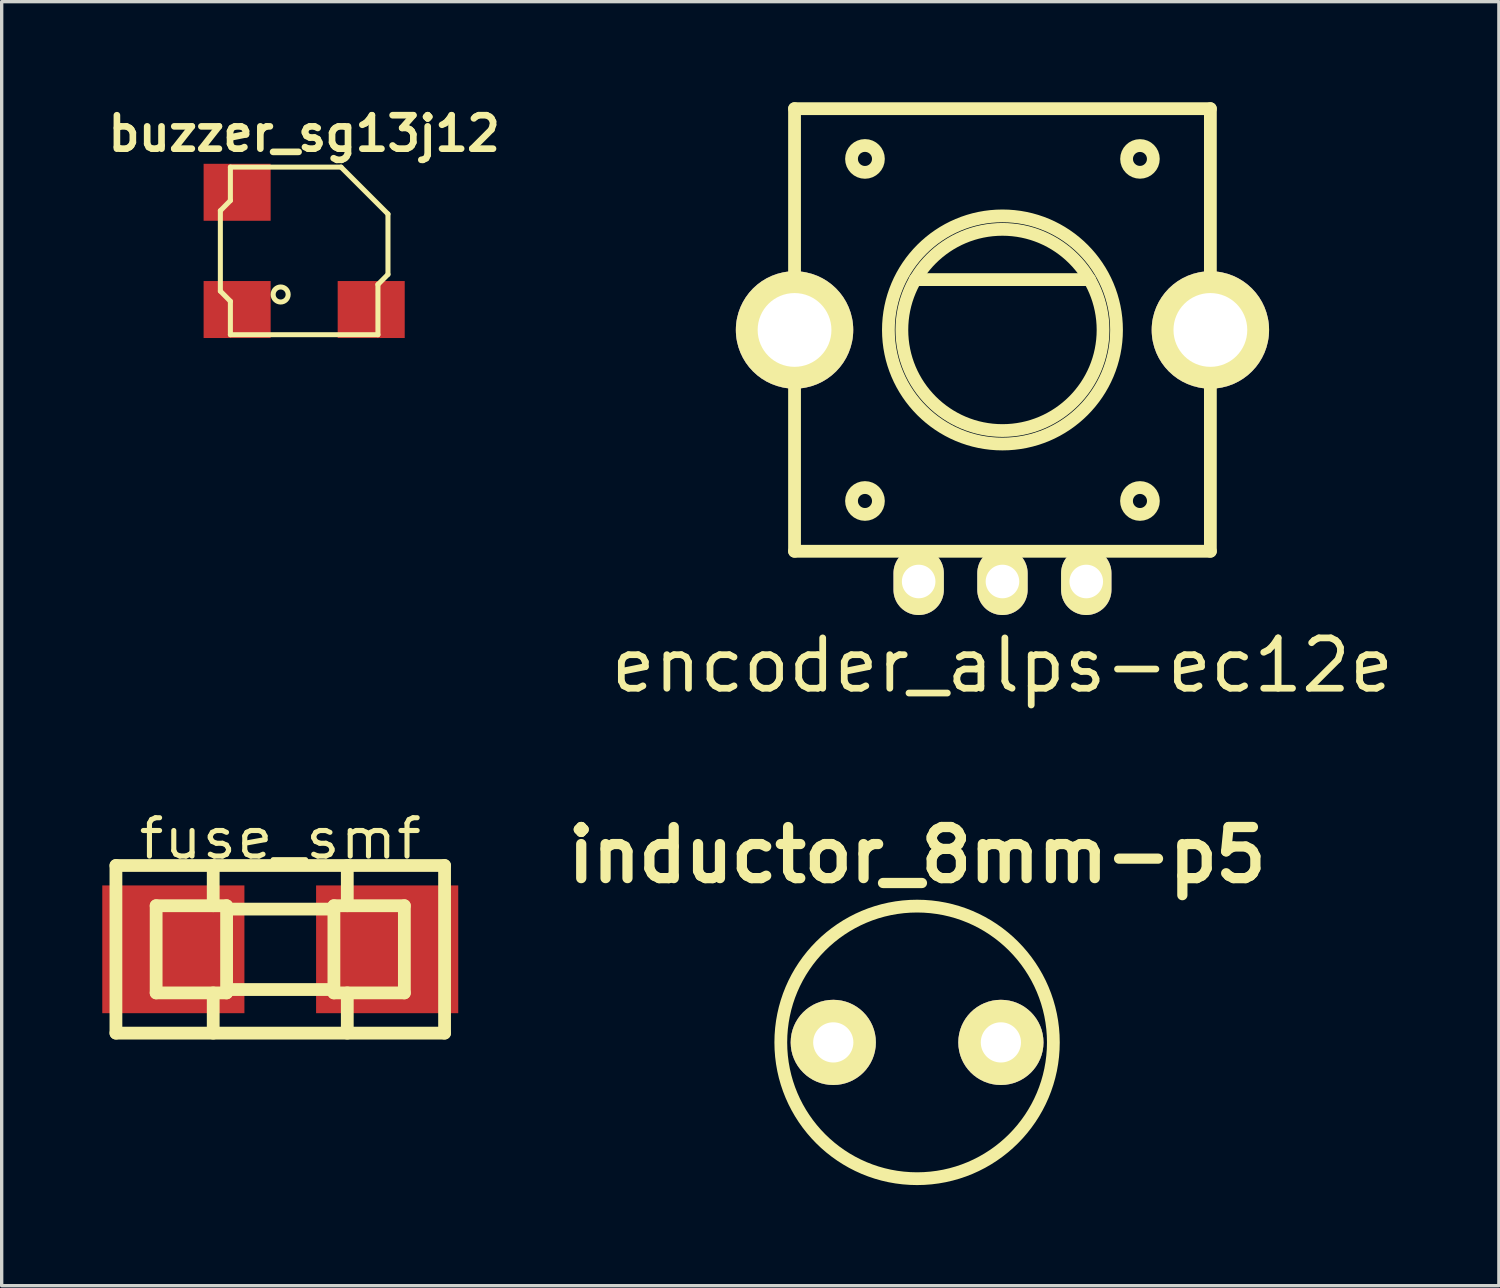
<source format=kicad_pcb>
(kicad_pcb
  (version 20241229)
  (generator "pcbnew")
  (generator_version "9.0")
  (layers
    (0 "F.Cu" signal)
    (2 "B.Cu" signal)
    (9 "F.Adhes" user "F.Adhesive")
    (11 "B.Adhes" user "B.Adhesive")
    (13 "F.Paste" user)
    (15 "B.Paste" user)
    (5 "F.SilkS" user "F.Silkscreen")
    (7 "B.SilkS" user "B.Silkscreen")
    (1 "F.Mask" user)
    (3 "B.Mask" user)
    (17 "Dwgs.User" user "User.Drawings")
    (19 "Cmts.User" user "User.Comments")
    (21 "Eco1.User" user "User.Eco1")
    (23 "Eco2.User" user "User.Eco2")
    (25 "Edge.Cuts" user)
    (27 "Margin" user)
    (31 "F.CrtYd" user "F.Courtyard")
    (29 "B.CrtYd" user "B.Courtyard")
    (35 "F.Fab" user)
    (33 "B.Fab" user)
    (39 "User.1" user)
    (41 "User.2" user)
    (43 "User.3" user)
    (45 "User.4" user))
  (footprint "inductor_8mm-p5"
    (layer "F.Cu")
    (at 24.297 28.034)
    (property "Reference" "inductor_8mm-p5" (at 0 -5.588 0) (layer "F.SilkS") (effects (font (size 1.524 1.524) (thickness 0.305))))
    (attr through_hole)
    (fp_circle (center 0 0) (end -4.064 0) (stroke (width 0.381) (type solid)) (fill no) (layer "F.SilkS"))
    (pad "1" thru_hole circle (at 2.499 0) (size 2.54 2.54) (drill 1.199) (layers "*.Cu" "*.Mask" "F.SilkS"))
    (pad "2" thru_hole circle (at -2.499 0) (size 2.54 2.54) (drill 1.199) (layers "*.Cu" "*.Mask" "F.SilkS")))
  (footprint "buzzer_sg13j12"
    (layer "F.Cu")
    (at 6.02 4.432)
    (property "Reference" "buzzer_sg13j12" (at 0 -3.5 0) (layer "F.SilkS") (effects (font (size 0.998 0.998) (thickness 0.198))))
    (attr through_hole)
    (fp_line (start -2.499 -1.199) (end -2.499 1.199) (stroke (width 0.15) (type solid)) (layer "F.SilkS"))
    (fp_line (start -2.499 1.199) (end -2.2 1.501) (stroke (width 0.15) (type solid)) (layer "F.SilkS"))
    (fp_line (start -2.2 -2.499) (end -2.2 -1.501) (stroke (width 0.15) (type solid)) (layer "F.SilkS"))
    (fp_line (start -2.2 -2.499) (end 1.1 -2.499) (stroke (width 0.15) (type solid)) (layer "F.SilkS"))
    (fp_line (start -2.2 -1.501) (end -2.499 -1.199) (stroke (width 0.15) (type solid)) (layer "F.SilkS"))
    (fp_line (start -2.2 1.501) (end -2.2 2.499) (stroke (width 0.15) (type solid)) (layer "F.SilkS"))
    (fp_line (start -2.2 2.499) (end 2.2 2.499) (stroke (width 0.15) (type solid)) (layer "F.SilkS"))
    (fp_line (start 2.2 1.001) (end 2.499 0.701) (stroke (width 0.15) (type solid)) (layer "F.SilkS"))
    (fp_line (start 2.2 2.499) (end 2.2 1.001) (stroke (width 0.15) (type solid)) (layer "F.SilkS"))
    (fp_line (start 2.499 -1.1) (end 1.1 -2.499) (stroke (width 0.15) (type solid)) (layer "F.SilkS"))
    (fp_line (start 2.499 0.701) (end 2.499 -1.1) (stroke (width 0.15) (type solid)) (layer "F.SilkS"))
    (fp_circle (center -0.701 1.3) (end -0.8 1.501) (stroke (width 0.15) (type solid)) (fill no) (layer "F.SilkS"))
    (pad "" smd rect (at -1.999 -1.748) (size 1.999 1.699) (layers "F.Cu" "F.Mask" "F.Paste"))
    (pad "1" smd rect (at -1.999 1.748) (size 1.999 1.699) (layers "F.Cu" "F.Mask" "F.Paste"))
    (pad "2" smd rect (at 1.999 1.748) (size 1.999 1.699) (layers "F.Cu" "F.Mask" "F.Paste")))
  (footprint "fuse_smf"
    (layer "F.Cu")
    (at 5.307 25.258)
    (property "Reference" "fuse_smf" (at 0 -3.302 0) (layer "F.SilkS") (effects (font (size 1.143 1.27) (thickness 0.152))))
    (attr through_hole)
    (fp_line (start -4.9 -2.499) (end 4.9 -2.499) (stroke (width 0.381) (type solid)) (layer "F.SilkS"))
    (fp_line (start -4.9 2.499) (end -4.9 -2.499) (stroke (width 0.381) (type solid)) (layer "F.SilkS"))
    (fp_line (start -3.701 -1.3) (end -3.701 1.3) (stroke (width 0.381) (type solid)) (layer "F.SilkS"))
    (fp_line (start -3.701 -1.3) (end -1.6 -1.3) (stroke (width 0.381) (type solid)) (layer "F.SilkS"))
    (fp_line (start -1.999 -2.499) (end -1.999 -1.3) (stroke (width 0.381) (type solid)) (layer "F.SilkS"))
    (fp_line (start -1.999 2.499) (end -1.999 1.3) (stroke (width 0.381) (type solid)) (layer "F.SilkS"))
    (fp_line (start -1.6 -1.3) (end -1.6 1.3) (stroke (width 0.381) (type solid)) (layer "F.SilkS"))
    (fp_line (start -1.6 1.3) (end -3.701 1.3) (stroke (width 0.381) (type solid)) (layer "F.SilkS"))
    (fp_line (start 1.6 -1.3) (end 1.6 1.3) (stroke (width 0.381) (type solid)) (layer "F.SilkS"))
    (fp_line (start 1.6 -1.199) (end -1.6 -1.199) (stroke (width 0.381) (type solid)) (layer "F.SilkS"))
    (fp_line (start 1.6 1.199) (end -1.6 1.199) (stroke (width 0.381) (type solid)) (layer "F.SilkS"))
    (fp_line (start 1.999 -1.3) (end 1.999 -2.499) (stroke (width 0.381) (type solid)) (layer "F.SilkS"))
    (fp_line (start 1.999 2.499) (end 1.999 1.3) (stroke (width 0.381) (type solid)) (layer "F.SilkS"))
    (fp_line (start 3.701 -1.3) (end 1.6 -1.3) (stroke (width 0.381) (type solid)) (layer "F.SilkS"))
    (fp_line (start 3.701 1.3) (end 1.6 1.3) (stroke (width 0.381) (type solid)) (layer "F.SilkS"))
    (fp_line (start 3.701 1.3) (end 3.701 -1.3) (stroke (width 0.381) (type solid)) (layer "F.SilkS"))
    (fp_line (start 4.9 -2.499) (end 4.9 2.499) (stroke (width 0.381) (type solid)) (layer "F.SilkS"))
    (fp_line (start 4.9 2.499) (end -4.9 2.499) (stroke (width 0.381) (type solid)) (layer "F.SilkS"))
    (pad "1" smd rect (at -3.188 0) (size 4.239 3.81) (layers "F.Cu" "F.Mask" "F.Paste"))
    (pad "2" smd rect (at 3.188 0) (size 4.239 3.81) (layers "F.Cu" "F.Mask" "F.Paste")))
  (footprint "encoder_alps-ec12e"
    (layer "F.Cu")
    (at 26.843 6.789)
    (property "Reference" "encoder_alps-ec12e" (at 0 10 0) (layer "F.SilkS") (effects (font (size 1.501 1.501) (thickness 0.201))))
    (attr through_hole)
    (fp_line (start -6.2 -6.599) (end -6.2 6.599) (stroke (width 0.381) (type solid)) (layer "F.SilkS"))
    (fp_line (start -6.2 6.599) (end 6.2 6.599) (stroke (width 0.381) (type solid)) (layer "F.SilkS"))
    (fp_line (start -2.601 -1.501) (end 2.601 -1.501) (stroke (width 0.381) (type solid)) (layer "F.SilkS"))
    (fp_line (start 6.2 -6.599) (end -6.2 -6.599) (stroke (width 0.381) (type solid)) (layer "F.SilkS"))
    (fp_line (start 6.2 6.599) (end 6.2 -6.599) (stroke (width 0.381) (type solid)) (layer "F.SilkS"))
    (fp_circle (center -4.1 -5.1) (end -4.501 -5.1) (stroke (width 0.381) (type solid)) (fill no) (layer "F.SilkS"))
    (fp_circle (center -4.1 5.1) (end -4.501 5.1) (stroke (width 0.381) (type solid)) (fill no) (layer "F.SilkS"))
    (fp_circle (center 0 0) (end -3.401 0) (stroke (width 0.381) (type solid)) (fill no) (layer "F.SilkS"))
    (fp_circle (center 0 0) (end -3 0) (stroke (width 0.381) (type solid)) (fill no) (layer "F.SilkS"))
    (fp_circle (center 4.1 -5.1) (end 3.701 -5.1) (stroke (width 0.381) (type solid)) (fill no) (layer "F.SilkS"))
    (fp_circle (center 4.1 5.1) (end 4.501 5.1) (stroke (width 0.381) (type solid)) (fill no) (layer "F.SilkS"))
    (pad "" thru_hole circle (at -6.2 0) (size 3.5 3.5) (drill 2.2) (layers "*.Cu" "*.Mask" "F.SilkS"))
    (pad "" thru_hole circle (at 6.2 0) (size 3.5 3.5) (drill 2.2) (layers "*.Cu" "*.Mask" "F.SilkS"))
    (pad "1" thru_hole oval (at -2.499 7.501) (size 1.501 1.999) (drill 1.001) (layers "*.Cu" "*.Mask" "F.SilkS"))
    (pad "2" thru_hole oval (at 0 7.501) (size 1.501 1.999) (drill 1.001) (layers "*.Cu" "*.Mask" "F.SilkS"))
    (pad "3" thru_hole oval (at 2.499 7.501) (size 1.501 1.999) (drill 1.001) (layers "*.Cu" "*.Mask" "F.SilkS")))
  (gr_rect
    (start -3 -3)
    (end 41.646 35.289)
    (stroke (width 0.1) (type default))
    (fill no)
    (layer "Edge.Cuts")))
</source>
